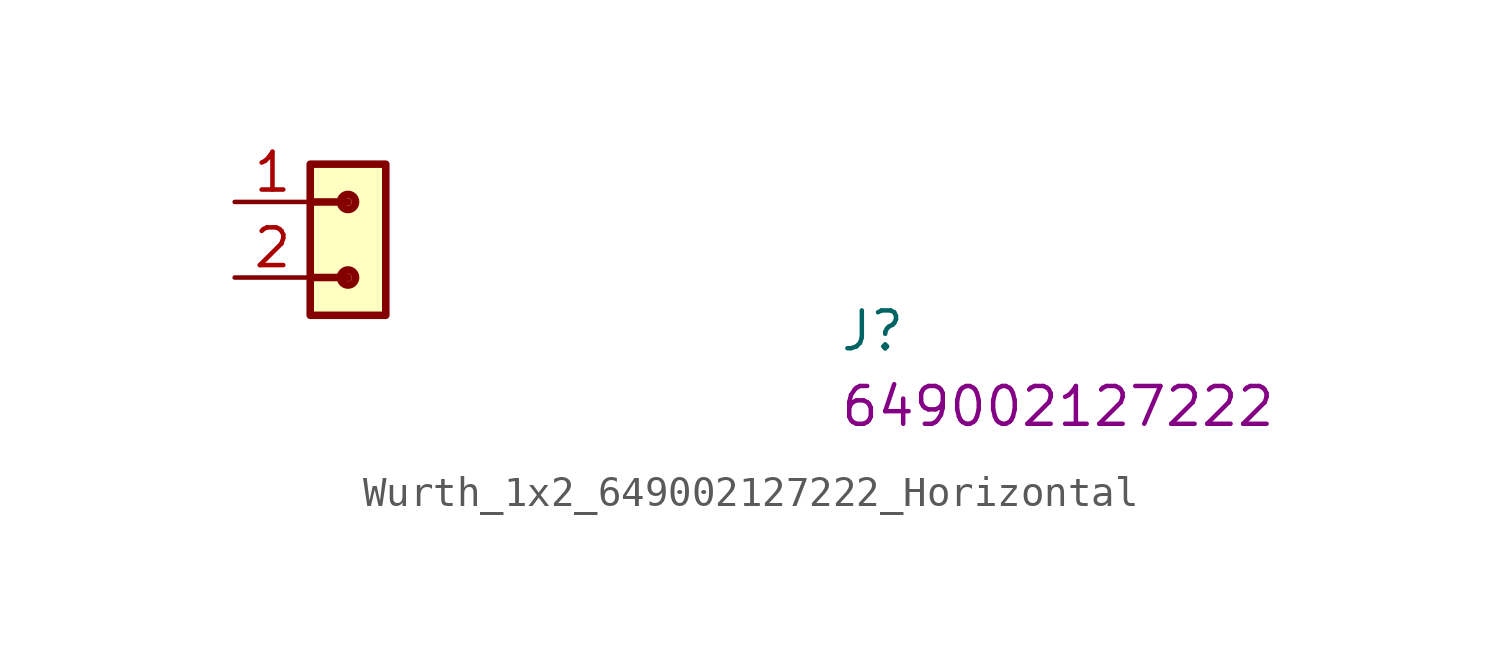
<source format=kicad_sym>
(kicad_symbol_lib
  (version 20220914)
  (generator kicad_symbol_editor)
  (symbol "Wurth_1x2_649002127222_Horizontal"
    (property "Reference" "J"
      (at 20.32 -5.08 0)
      (effects (font (size 1.27 1.27) (thickness 0.15)) (justify left bottom)))
    (property "MPN" "649002127222"
      (at 20.32 -7.62 0)
      (effects (font (size 1.27 1.27) (thickness 0.15)) (justify left bottom)))
    (symbol "Wurth_1x2_649002127222_Horizontal_1_1"
      (polyline (pts (xy 3.81 -2.54) (xy 2.54 -2.54)) (stroke (width 0.254) (type default)) (fill (type background)))
      (polyline (pts (xy 3.81 0) (xy 2.54 0)) (stroke (width 0.254) (type default)) (fill (type background)))
      (circle (center 3.81 -2.54) (radius 0.254) (stroke (width 0.254) (type default)) (fill (type background)))
      (circle (center 3.81 0) (radius 0.254) (stroke (width 0.254) (type default)) (fill (type background)))
      (rectangle (start 5.08 1.27) (end 2.54 -3.81) (stroke (width 0.254) (type default)) (fill (type background)))
      (pin passive line (at 0 0 0) (length 2.54) (name "~" (effects (font (size 1.27 1.27)))) (number "1" (effects (font (size 1.27 1.27)))))
      (pin passive line (at 0 -2.54 0) (length 2.54) (name "~" (effects (font (size 1.27 1.27)))) (number "2" (effects (font (size 1.27 1.27))))))))
</source>
